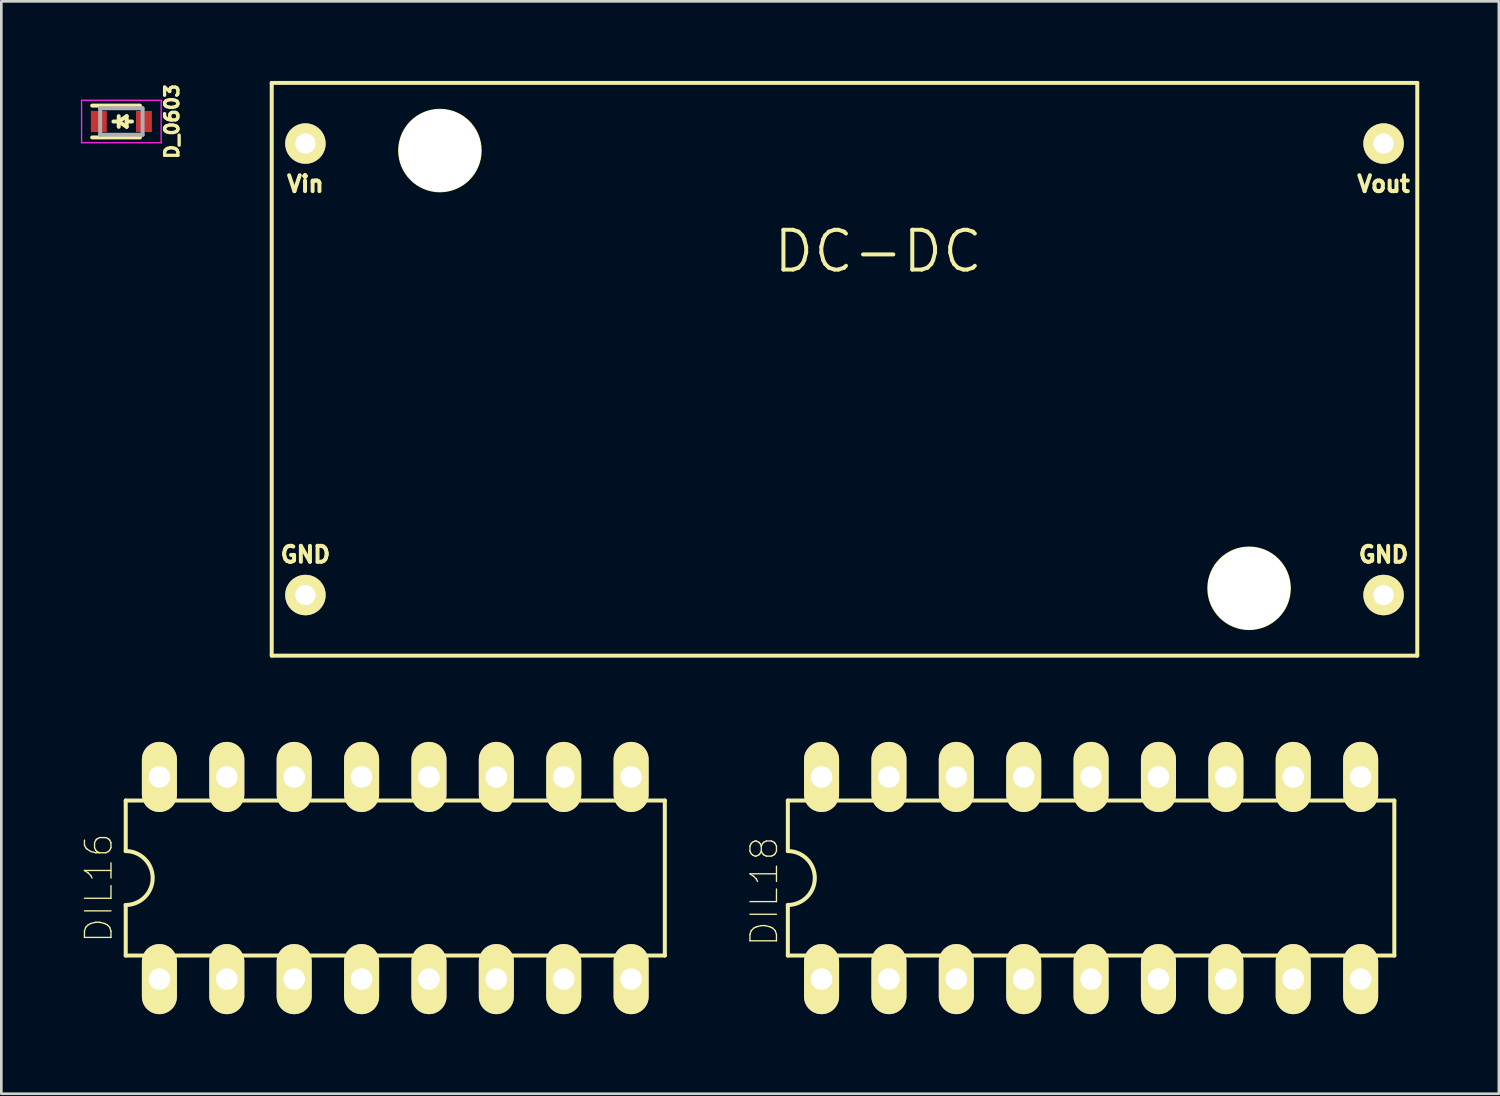
<source format=kicad_pcb>
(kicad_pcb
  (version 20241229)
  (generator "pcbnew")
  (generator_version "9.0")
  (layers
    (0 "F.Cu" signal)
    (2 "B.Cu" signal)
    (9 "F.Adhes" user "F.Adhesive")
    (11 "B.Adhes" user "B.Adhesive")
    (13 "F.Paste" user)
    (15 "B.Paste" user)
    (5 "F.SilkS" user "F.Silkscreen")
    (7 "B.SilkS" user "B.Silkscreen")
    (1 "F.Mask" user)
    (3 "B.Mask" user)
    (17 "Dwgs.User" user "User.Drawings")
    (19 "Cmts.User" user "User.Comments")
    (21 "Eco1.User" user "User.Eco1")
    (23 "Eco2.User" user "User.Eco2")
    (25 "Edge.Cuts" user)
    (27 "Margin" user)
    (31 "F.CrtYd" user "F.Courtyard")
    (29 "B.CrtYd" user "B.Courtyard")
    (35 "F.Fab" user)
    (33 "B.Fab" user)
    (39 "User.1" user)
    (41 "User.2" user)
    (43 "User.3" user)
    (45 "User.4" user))
  (footprint "DC-DC"
    (layer "F.Cu")
    (at 7.192 21.665)
    (property "Reference" "DC-DC" (at 22.86 -15.24 0) (layer "F.SilkS") (effects (font (size 1.5 1.5) (thickness 0.15))))
    (attr through_hole)
    (fp_line (start 0 -21.59) (end 43.18 -21.59) (stroke (width 0.15) (type solid)) (layer "F.SilkS"))
    (fp_line (start 0 0) (end 0 -21.59) (stroke (width 0.15) (type solid)) (layer "F.SilkS"))
    (fp_line (start 43.18 -21.59) (end 43.18 0) (stroke (width 0.15) (type solid)) (layer "F.SilkS"))
    (fp_line (start 43.18 0) (end 0 0) (stroke (width 0.15) (type solid)) (layer "F.SilkS"))
    (fp_circle (center 6.34 -19.04) (end 4.84 -19.04) (stroke (width 0.15) (type solid)) (fill no) (layer "F.SilkS"))
    (fp_circle (center 36.84 -2.54) (end 35.34 -2.54) (stroke (width 0.15) (type solid)) (fill no) (layer "F.SilkS"))
    (fp_text user "Vout" (at 41.91 -17.78 0) (layer "F.SilkS") (effects (font (size 0.6 0.6) (thickness 0.15))))
    (fp_text user "GND" (at 1.27 -3.81 0) (layer "F.SilkS") (effects (font (size 0.6 0.6) (thickness 0.15))))
    (fp_text user "GND" (at 41.91 -3.81 0) (layer "F.SilkS") (effects (font (size 0.6 0.6) (thickness 0.15))))
    (fp_text user "Vin" (at 1.27 -17.78 0) (layer "F.SilkS") (effects (font (size 0.6 0.6) (thickness 0.15))))
    (pad "1" thru_hole circle (at 41.91 -2.286) (size 1.524 1.524) (drill 0.762) (layers "*.Cu" "*.Mask" "F.SilkS"))
    (pad "2" thru_hole circle (at 41.91 -19.304) (size 1.524 1.524) (drill 0.762) (layers "*.Cu" "*.Mask" "F.SilkS"))
    (pad "3" thru_hole circle (at 1.27 -19.304) (size 1.524 1.524) (drill 0.762) (layers "*.Cu" "*.Mask" "F.SilkS"))
    (pad "4" thru_hole circle (at 1.27 -2.286) (size 1.524 1.524) (drill 0.762) (layers "*.Cu" "*.Mask" "F.SilkS"))
    (pad "~" thru_hole circle (at 6.34 -19.04) (size 3.1 3.1) (drill 3.1) (layers "*.Cu" "*.Mask" "F.SilkS"))
    (pad "~" thru_hole circle (at 36.84 -2.54) (size 3.1 3.1) (drill 3.1) (layers "*.Cu" "*.Mask" "F.SilkS")))
  (footprint "DIL18"
    (layer "F.Cu")
    (at 38.077 30.046)
    (property "Reference" "DIL18" (at -12.319 0.508 90) (layer "F.SilkS") (effects (font (size 1 1) (thickness 0.05))))
    (attr through_hole)
    (fp_line (start -11.43 -2.921) (end -11.43 -1.016) (stroke (width 0.152) (type solid)) (layer "F.SilkS"))
    (fp_line (start -11.43 2.921) (end -11.43 1.016) (stroke (width 0.152) (type solid)) (layer "F.SilkS"))
    (fp_line (start -11.43 2.921) (end 11.43 2.921) (stroke (width 0.152) (type solid)) (layer "F.SilkS"))
    (fp_line (start 11.43 -2.921) (end -11.43 -2.921) (stroke (width 0.152) (type solid)) (layer "F.SilkS"))
    (fp_line (start 11.43 -2.921) (end 11.43 2.921) (stroke (width 0.152) (type solid)) (layer "F.SilkS"))
    (fp_arc (start -11.43 -1.016) (mid -10.414 0) (end -11.43 1.016) (stroke (width 0.1524) (type solid)) (layer "F.SilkS"))
    (pad "1" thru_hole oval (at -10.16 3.81 90) (size 2.642 1.321) (drill 0.813) (layers "*.Cu" "*.Mask" "F.SilkS"))
    (pad "2" thru_hole oval (at -7.62 3.81 90) (size 2.642 1.321) (drill 0.813) (layers "*.Cu" "*.Mask" "F.SilkS"))
    (pad "3" thru_hole oval (at -5.08 3.81 90) (size 2.642 1.321) (drill 0.813) (layers "*.Cu" "*.Mask" "F.SilkS"))
    (pad "4" thru_hole oval (at -2.54 3.81 90) (size 2.642 1.321) (drill 0.813) (layers "*.Cu" "*.Mask" "F.SilkS"))
    (pad "5" thru_hole oval (at 0 3.81 90) (size 2.642 1.321) (drill 0.813) (layers "*.Cu" "*.Mask" "F.SilkS"))
    (pad "6" thru_hole oval (at 2.54 3.81 90) (size 2.642 1.321) (drill 0.813) (layers "*.Cu" "*.Mask" "F.SilkS"))
    (pad "7" thru_hole oval (at 5.08 3.81 90) (size 2.642 1.321) (drill 0.813) (layers "*.Cu" "*.Mask" "F.SilkS"))
    (pad "8" thru_hole oval (at 7.62 3.81 90) (size 2.642 1.321) (drill 0.813) (layers "*.Cu" "*.Mask" "F.SilkS"))
    (pad "9" thru_hole oval (at 10.16 3.81 90) (size 2.642 1.321) (drill 0.813) (layers "*.Cu" "*.Mask" "F.SilkS"))
    (pad "10" thru_hole oval (at 10.16 -3.81 90) (size 2.642 1.321) (drill 0.813) (layers "*.Cu" "*.Mask" "F.SilkS"))
    (pad "11" thru_hole oval (at 7.62 -3.81 90) (size 2.642 1.321) (drill 0.813) (layers "*.Cu" "*.Mask" "F.SilkS"))
    (pad "12" thru_hole oval (at 5.08 -3.81 90) (size 2.642 1.321) (drill 0.813) (layers "*.Cu" "*.Mask" "F.SilkS"))
    (pad "13" thru_hole oval (at 2.54 -3.81 90) (size 2.642 1.321) (drill 0.813) (layers "*.Cu" "*.Mask" "F.SilkS"))
    (pad "14" thru_hole oval (at 0 -3.81 90) (size 2.642 1.321) (drill 0.813) (layers "*.Cu" "*.Mask" "F.SilkS"))
    (pad "15" thru_hole oval (at -2.54 -3.81 90) (size 2.642 1.321) (drill 0.813) (layers "*.Cu" "*.Mask" "F.SilkS"))
    (pad "16" thru_hole oval (at -5.08 -3.81 90) (size 2.642 1.321) (drill 0.813) (layers "*.Cu" "*.Mask" "F.SilkS"))
    (pad "17" thru_hole oval (at -7.62 -3.81 90) (size 2.642 1.321) (drill 0.813) (layers "*.Cu" "*.Mask" "F.SilkS"))
    (pad "18" thru_hole oval (at -10.16 -3.81 90) (size 2.642 1.321) (drill 0.813) (layers "*.Cu" "*.Mask" "F.SilkS")))
  (footprint "DIL16"
    (layer "F.Cu")
    (at 11.849 30.046)
    (property "Reference" "DIL16" (at -11.176 0.381 90) (layer "F.SilkS") (effects (font (size 1 1) (thickness 0.05))))
    (attr through_hole)
    (fp_line (start -10.16 -2.921) (end -10.16 -1.016) (stroke (width 0.152) (type solid)) (layer "F.SilkS"))
    (fp_line (start -10.16 2.921) (end -10.16 1.016) (stroke (width 0.152) (type solid)) (layer "F.SilkS"))
    (fp_line (start -10.16 2.921) (end 10.16 2.921) (stroke (width 0.152) (type solid)) (layer "F.SilkS"))
    (fp_line (start 10.16 -2.921) (end -10.16 -2.921) (stroke (width 0.152) (type solid)) (layer "F.SilkS"))
    (fp_line (start 10.16 -2.921) (end 10.16 2.921) (stroke (width 0.152) (type solid)) (layer "F.SilkS"))
    (fp_arc (start -10.16 -1.016) (mid -9.144 0) (end -10.16 1.016) (stroke (width 0.1524) (type solid)) (layer "F.SilkS"))
    (pad "1" thru_hole oval (at -8.89 3.81 90) (size 2.642 1.321) (drill 0.813) (layers "*.Cu" "*.Mask" "F.SilkS"))
    (pad "2" thru_hole oval (at -6.35 3.81 90) (size 2.642 1.321) (drill 0.813) (layers "*.Cu" "*.Mask" "F.SilkS"))
    (pad "3" thru_hole oval (at -3.81 3.81 90) (size 2.642 1.321) (drill 0.813) (layers "*.Cu" "*.Mask" "F.SilkS"))
    (pad "4" thru_hole oval (at -1.27 3.81 90) (size 2.642 1.321) (drill 0.813) (layers "*.Cu" "*.Mask" "F.SilkS"))
    (pad "5" thru_hole oval (at 1.27 3.81 90) (size 2.642 1.321) (drill 0.813) (layers "*.Cu" "*.Mask" "F.SilkS"))
    (pad "6" thru_hole oval (at 3.81 3.81 90) (size 2.642 1.321) (drill 0.813) (layers "*.Cu" "*.Mask" "F.SilkS"))
    (pad "7" thru_hole oval (at 6.35 3.81 90) (size 2.642 1.321) (drill 0.813) (layers "*.Cu" "*.Mask" "F.SilkS"))
    (pad "8" thru_hole oval (at 8.89 3.81 90) (size 2.642 1.321) (drill 0.813) (layers "*.Cu" "*.Mask" "F.SilkS"))
    (pad "9" thru_hole oval (at 8.89 -3.81 90) (size 2.642 1.321) (drill 0.813) (layers "*.Cu" "*.Mask" "F.SilkS"))
    (pad "10" thru_hole oval (at 6.35 -3.81 90) (size 2.642 1.321) (drill 0.813) (layers "*.Cu" "*.Mask" "F.SilkS"))
    (pad "11" thru_hole oval (at 3.81 -3.81 90) (size 2.642 1.321) (drill 0.813) (layers "*.Cu" "*.Mask" "F.SilkS"))
    (pad "12" thru_hole oval (at 1.27 -3.81 90) (size 2.642 1.321) (drill 0.813) (layers "*.Cu" "*.Mask" "F.SilkS"))
    (pad "13" thru_hole oval (at -1.27 -3.81 90) (size 2.642 1.321) (drill 0.813) (layers "*.Cu" "*.Mask" "F.SilkS"))
    (pad "14" thru_hole oval (at -3.81 -3.81 90) (size 2.642 1.321) (drill 0.813) (layers "*.Cu" "*.Mask" "F.SilkS"))
    (pad "15" thru_hole oval (at -6.35 -3.81 90) (size 2.642 1.321) (drill 0.813) (layers "*.Cu" "*.Mask" "F.SilkS"))
    (pad "16" thru_hole oval (at -8.89 -3.81 90) (size 2.642 1.321) (drill 0.813) (layers "*.Cu" "*.Mask" "F.SilkS")))
  (footprint "D_0603"
    (layer "F.Cu")
    (at 1.525 1.53)
    (property "Reference" "D_0603" (at 1.905 0 90) (layer "F.SilkS") (effects (font (size 0.5 0.5) (thickness 0.125))))
    (attr smd)
    (fp_line (start -1.1 -0.6) (end 0.7 -0.6) (stroke (width 0.15) (type solid)) (layer "F.SilkS"))
    (fp_line (start -1.1 0.6) (end 0.7 0.6) (stroke (width 0.15) (type solid)) (layer "F.SilkS"))
    (fp_line (start -0.1 -0.2) (end -0.1 0.2) (stroke (width 0.15) (type solid)) (layer "F.SilkS"))
    (fp_line (start -0.1 0) (end -0.3 0) (stroke (width 0.15) (type solid)) (layer "F.SilkS"))
    (fp_line (start -0.1 0) (end 0.2 0.2) (stroke (width 0.15) (type solid)) (layer "F.SilkS"))
    (fp_line (start 0.2 -0.2) (end -0.1 0) (stroke (width 0.15) (type solid)) (layer "F.SilkS"))
    (fp_line (start 0.2 0) (end 0.4 0) (stroke (width 0.15) (type solid)) (layer "F.SilkS"))
    (fp_line (start 0.2 0.2) (end 0.2 -0.2) (stroke (width 0.15) (type solid)) (layer "F.SilkS"))
    (fp_line (start -1.5 -0.8) (end -1.5 0.8) (stroke (width 0.05) (type solid)) (layer "F.CrtYd"))
    (fp_line (start -1.5 0.8) (end 1.5 0.8) (stroke (width 0.05) (type solid)) (layer "F.CrtYd"))
    (fp_line (start 1.5 -0.8) (end -1.5 -0.8) (stroke (width 0.05) (type solid)) (layer "F.CrtYd"))
    (fp_line (start 1.5 0.8) (end 1.5 -0.8) (stroke (width 0.05) (type solid)) (layer "F.CrtYd"))
    (fp_line (start -0.8 -0.5) (end 0.8 -0.5) (stroke (width 0.15) (type solid)) (layer "F.Fab"))
    (fp_line (start -0.8 0.5) (end -0.8 -0.5) (stroke (width 0.15) (type solid)) (layer "F.Fab"))
    (fp_line (start 0.8 -0.5) (end 0.8 0.5) (stroke (width 0.15) (type solid)) (layer "F.Fab"))
    (fp_line (start 0.8 0.5) (end -0.8 0.5) (stroke (width 0.15) (type solid)) (layer "F.Fab"))
    (pad "1" smd rect (at -0.85 0) (size 0.6 0.8) (layers "F.Cu" "F.Mask" "F.Paste"))
    (pad "2" smd rect (at 0.85 0) (size 0.6 0.8) (layers "F.Cu" "F.Mask" "F.Paste")))
  (gr_rect
    (start -3 -3)
    (end 53.447 38.177)
    (stroke (width 0.1) (type default))
    (fill no)
    (layer "Edge.Cuts")))
</source>
